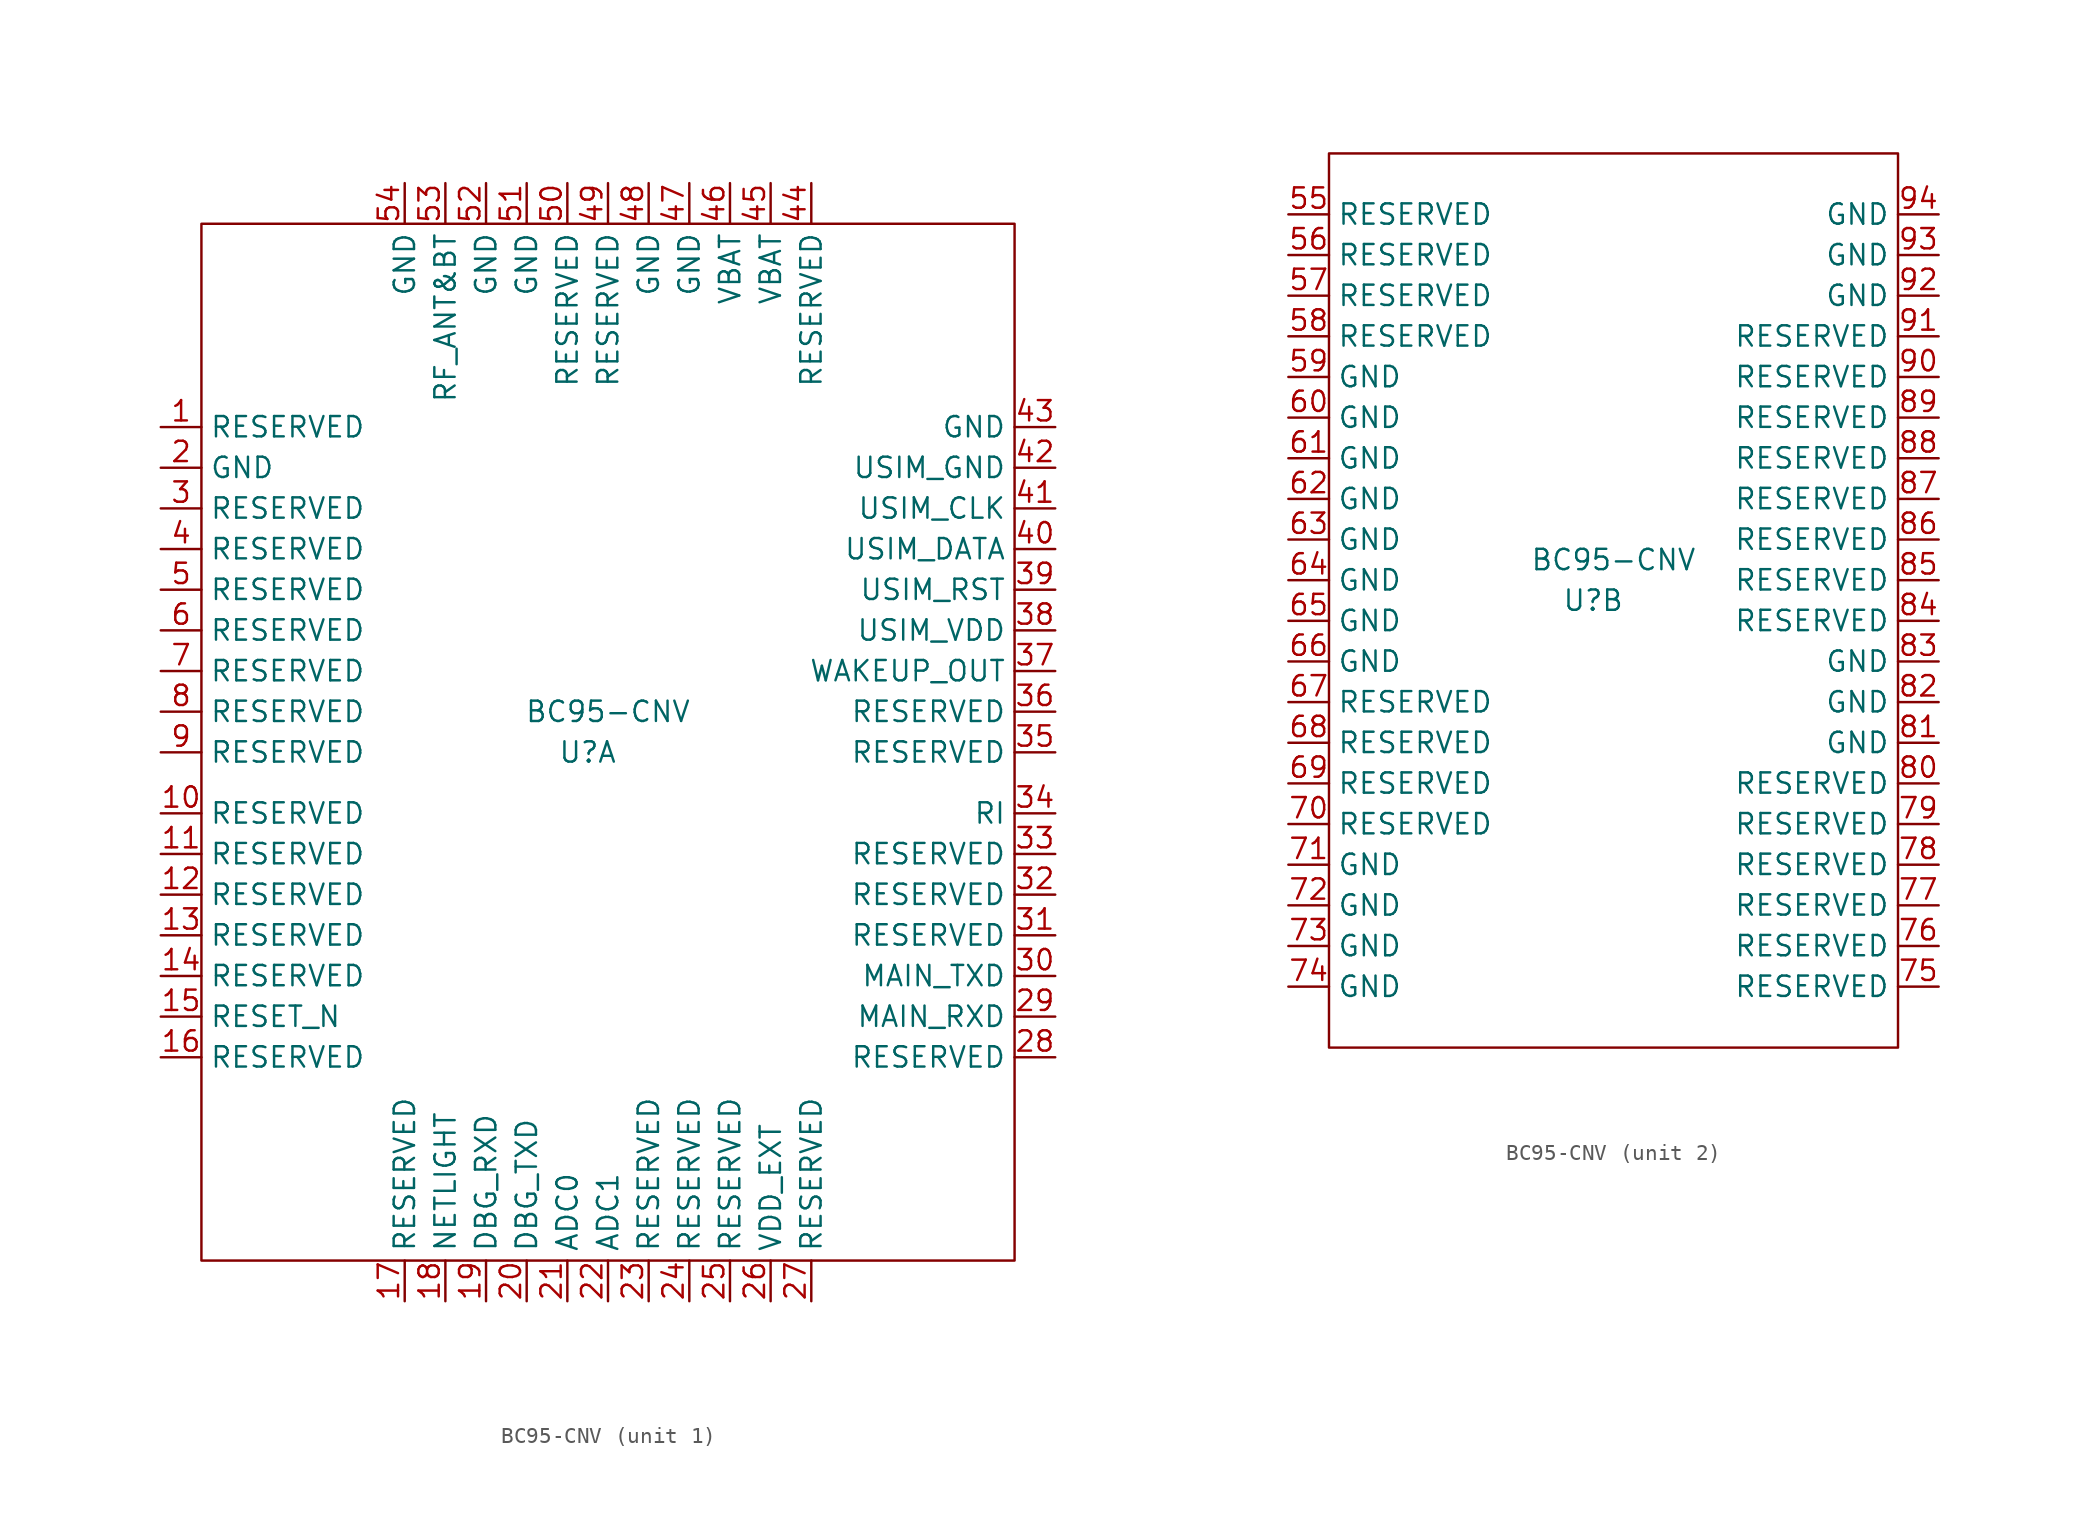
<source format=kicad_sym>
(kicad_symbol_lib
  (version 20211014)
  (generator kicad_symbol_editor)
  (symbol "BC95-CNV"
    (property "Reference" "U"
      (at -1.27 0 0)
      (effects (font (size 1.27 1.27))))
    (property "Value" "BC95-CNV"
      (at 0 2.54 0)
      (effects (font (size 1.27 1.27))))
    (property "ki_locked" ""
      (at 0 0 0)
      (effects (font (size 1.27 1.27))))
    (symbol "BC95-CNV_1_1"
      (rectangle (start -25.4 33.02) (end 25.4 -31.75) (stroke (width 0) (type default) (color 0 0 0 0)) (fill (type none)))
      (pin passive line (at -27.94 20.32 0) (length 2.54) (name "RESERVED" (effects (font (size 1.27 1.27)))) (number "1" (effects (font (size 1.27 1.27)))))
      (pin passive line (at -27.94 -3.81 0) (length 2.54) (name "RESERVED" (effects (font (size 1.27 1.27)))) (number "10" (effects (font (size 1.27 1.27)))))
      (pin passive line (at -27.94 -6.35 0) (length 2.54) (name "RESERVED" (effects (font (size 1.27 1.27)))) (number "11" (effects (font (size 1.27 1.27)))))
      (pin passive line (at -27.94 -8.89 0) (length 2.54) (name "RESERVED" (effects (font (size 1.27 1.27)))) (number "12" (effects (font (size 1.27 1.27)))))
      (pin passive line (at -27.94 -11.43 0) (length 2.54) (name "RESERVED" (effects (font (size 1.27 1.27)))) (number "13" (effects (font (size 1.27 1.27)))))
      (pin passive line (at -27.94 -13.97 0) (length 2.54) (name "RESERVED" (effects (font (size 1.27 1.27)))) (number "14" (effects (font (size 1.27 1.27)))))
      (pin input line (at -27.94 -16.51 0) (length 2.54) (name "RESET_N" (effects (font (size 1.27 1.27)))) (number "15" (effects (font (size 1.27 1.27)))))
      (pin passive line (at -27.94 -19.05 0) (length 2.54) (name "RESERVED" (effects (font (size 1.27 1.27)))) (number "16" (effects (font (size 1.27 1.27)))))
      (pin passive line (at -12.7 -34.29 90) (length 2.54) (name "RESERVED" (effects (font (size 1.27 1.27)))) (number "17" (effects (font (size 1.27 1.27)))))
      (pin output line (at -10.16 -34.29 90) (length 2.54) (name "NETLIGHT" (effects (font (size 1.27 1.27)))) (number "18" (effects (font (size 1.27 1.27)))))
      (pin input line (at -7.62 -34.29 90) (length 2.54) (name "DBG_RXD" (effects (font (size 1.27 1.27)))) (number "19" (effects (font (size 1.27 1.27)))))
      (pin power_in line (at -27.94 17.78 0) (length 2.54) (name "GND" (effects (font (size 1.27 1.27)))) (number "2" (effects (font (size 1.27 1.27)))))
      (pin output line (at -5.08 -34.29 90) (length 2.54) (name "DBG_TXD" (effects (font (size 1.27 1.27)))) (number "20" (effects (font (size 1.27 1.27)))))
      (pin input line (at -2.54 -34.29 90) (length 2.54) (name "ADC0" (effects (font (size 1.27 1.27)))) (number "21" (effects (font (size 1.27 1.27)))))
      (pin input line (at 0 -34.29 90) (length 2.54) (name "ADC1" (effects (font (size 1.27 1.27)))) (number "22" (effects (font (size 1.27 1.27)))))
      (pin passive line (at 2.54 -34.29 90) (length 2.54) (name "RESERVED" (effects (font (size 1.27 1.27)))) (number "23" (effects (font (size 1.27 1.27)))))
      (pin passive line (at 5.08 -34.29 90) (length 2.54) (name "RESERVED" (effects (font (size 1.27 1.27)))) (number "24" (effects (font (size 1.27 1.27)))))
      (pin passive line (at 7.62 -34.29 90) (length 2.54) (name "RESERVED" (effects (font (size 1.27 1.27)))) (number "25" (effects (font (size 1.27 1.27)))))
      (pin power_out line (at 10.16 -34.29 90) (length 2.54) (name "VDD_EXT" (effects (font (size 1.27 1.27)))) (number "26" (effects (font (size 1.27 1.27)))))
      (pin passive line (at 12.7 -34.29 90) (length 2.54) (name "RESERVED" (effects (font (size 1.27 1.27)))) (number "27" (effects (font (size 1.27 1.27)))))
      (pin passive line (at 27.94 -19.05 180) (length 2.54) (name "RESERVED" (effects (font (size 1.27 1.27)))) (number "28" (effects (font (size 1.27 1.27)))))
      (pin input line (at 27.94 -16.51 180) (length 2.54) (name "MAIN_RXD" (effects (font (size 1.27 1.27)))) (number "29" (effects (font (size 1.27 1.27)))))
      (pin passive line (at -27.94 15.24 0) (length 2.54) (name "RESERVED" (effects (font (size 1.27 1.27)))) (number "3" (effects (font (size 1.27 1.27)))))
      (pin output line (at 27.94 -13.97 180) (length 2.54) (name "MAIN_TXD" (effects (font (size 1.27 1.27)))) (number "30" (effects (font (size 1.27 1.27)))))
      (pin passive line (at 27.94 -11.43 180) (length 2.54) (name "RESERVED" (effects (font (size 1.27 1.27)))) (number "31" (effects (font (size 1.27 1.27)))))
      (pin passive line (at 27.94 -8.89 180) (length 2.54) (name "RESERVED" (effects (font (size 1.27 1.27)))) (number "32" (effects (font (size 1.27 1.27)))))
      (pin passive line (at 27.94 -6.35 180) (length 2.54) (name "RESERVED" (effects (font (size 1.27 1.27)))) (number "33" (effects (font (size 1.27 1.27)))))
      (pin output line (at 27.94 -3.81 180) (length 2.54) (name "RI" (effects (font (size 1.27 1.27)))) (number "34" (effects (font (size 1.27 1.27)))))
      (pin passive line (at 27.94 0 180) (length 2.54) (name "RESERVED" (effects (font (size 1.27 1.27)))) (number "35" (effects (font (size 1.27 1.27)))))
      (pin passive line (at 27.94 2.54 180) (length 2.54) (name "RESERVED" (effects (font (size 1.27 1.27)))) (number "36" (effects (font (size 1.27 1.27)))))
      (pin output line (at 27.94 5.08 180) (length 2.54) (name "WAKEUP_OUT" (effects (font (size 1.27 1.27)))) (number "37" (effects (font (size 1.27 1.27)))))
      (pin power_out line (at 27.94 7.62 180) (length 2.54) (name "USIM_VDD" (effects (font (size 1.27 1.27)))) (number "38" (effects (font (size 1.27 1.27)))))
      (pin output line (at 27.94 10.16 180) (length 2.54) (name "USIM_RST" (effects (font (size 1.27 1.27)))) (number "39" (effects (font (size 1.27 1.27)))))
      (pin passive line (at -27.94 12.7 0) (length 2.54) (name "RESERVED" (effects (font (size 1.27 1.27)))) (number "4" (effects (font (size 1.27 1.27)))))
      (pin bidirectional line (at 27.94 12.7 180) (length 2.54) (name "USIM_DATA" (effects (font (size 1.27 1.27)))) (number "40" (effects (font (size 1.27 1.27)))))
      (pin output line (at 27.94 15.24 180) (length 2.54) (name "USIM_CLK" (effects (font (size 1.27 1.27)))) (number "41" (effects (font (size 1.27 1.27)))))
      (pin output line (at 27.94 17.78 180) (length 2.54) (name "USIM_GND" (effects (font (size 1.27 1.27)))) (number "42" (effects (font (size 1.27 1.27)))))
      (pin power_in line (at 27.94 20.32 180) (length 2.54) (name "GND" (effects (font (size 1.27 1.27)))) (number "43" (effects (font (size 1.27 1.27)))))
      (pin passive line (at 12.7 35.56 270) (length 2.54) (name "RESERVED" (effects (font (size 1.27 1.27)))) (number "44" (effects (font (size 1.27 1.27)))))
      (pin power_in line (at 10.16 35.56 270) (length 2.54) (name "VBAT" (effects (font (size 1.27 1.27)))) (number "45" (effects (font (size 1.27 1.27)))))
      (pin power_in line (at 7.62 35.56 270) (length 2.54) (name "VBAT" (effects (font (size 1.27 1.27)))) (number "46" (effects (font (size 1.27 1.27)))))
      (pin power_in line (at 5.08 35.56 270) (length 2.54) (name "GND" (effects (font (size 1.27 1.27)))) (number "47" (effects (font (size 1.27 1.27)))))
      (pin power_in line (at 2.54 35.56 270) (length 2.54) (name "GND" (effects (font (size 1.27 1.27)))) (number "48" (effects (font (size 1.27 1.27)))))
      (pin passive line (at 0 35.56 270) (length 2.54) (name "RESERVED" (effects (font (size 1.27 1.27)))) (number "49" (effects (font (size 1.27 1.27)))))
      (pin passive line (at -27.94 10.16 0) (length 2.54) (name "RESERVED" (effects (font (size 1.27 1.27)))) (number "5" (effects (font (size 1.27 1.27)))))
      (pin passive line (at -2.54 35.56 270) (length 2.54) (name "RESERVED" (effects (font (size 1.27 1.27)))) (number "50" (effects (font (size 1.27 1.27)))))
      (pin power_in line (at -5.08 35.56 270) (length 2.54) (name "GND" (effects (font (size 1.27 1.27)))) (number "51" (effects (font (size 1.27 1.27)))))
      (pin power_in line (at -7.62 35.56 270) (length 2.54) (name "GND" (effects (font (size 1.27 1.27)))) (number "52" (effects (font (size 1.27 1.27)))))
      (pin bidirectional line (at -10.16 35.56 270) (length 2.54) (name "RF_ANT&BT" (effects (font (size 1.27 1.27)))) (number "53" (effects (font (size 1.27 1.27)))))
      (pin power_in line (at -12.7 35.56 270) (length 2.54) (name "GND" (effects (font (size 1.27 1.27)))) (number "54" (effects (font (size 1.27 1.27)))))
      (pin passive line (at -27.94 7.62 0) (length 2.54) (name "RESERVED" (effects (font (size 1.27 1.27)))) (number "6" (effects (font (size 1.27 1.27)))))
      (pin passive line (at -27.94 5.08 0) (length 2.54) (name "RESERVED" (effects (font (size 1.27 1.27)))) (number "7" (effects (font (size 1.27 1.27)))))
      (pin passive line (at -27.94 2.54 0) (length 2.54) (name "RESERVED" (effects (font (size 1.27 1.27)))) (number "8" (effects (font (size 1.27 1.27)))))
      (pin passive line (at -27.94 0 0) (length 2.54) (name "RESERVED" (effects (font (size 1.27 1.27)))) (number "9" (effects (font (size 1.27 1.27))))))
    (symbol "BC95-CNV_2_1"
      (rectangle (start -17.78 27.94) (end 17.78 -27.94) (stroke (width 0) (type default) (color 0 0 0 0)) (fill (type none)))
      (pin passive line (at -20.32 24.13 0) (length 2.54) (name "RESERVED" (effects (font (size 1.27 1.27)))) (number "55" (effects (font (size 1.27 1.27)))))
      (pin passive line (at -20.32 21.59 0) (length 2.54) (name "RESERVED" (effects (font (size 1.27 1.27)))) (number "56" (effects (font (size 1.27 1.27)))))
      (pin passive line (at -20.32 19.05 0) (length 2.54) (name "RESERVED" (effects (font (size 1.27 1.27)))) (number "57" (effects (font (size 1.27 1.27)))))
      (pin passive line (at -20.32 16.51 0) (length 2.54) (name "RESERVED" (effects (font (size 1.27 1.27)))) (number "58" (effects (font (size 1.27 1.27)))))
      (pin power_in line (at -20.32 13.97 0) (length 2.54) (name "GND" (effects (font (size 1.27 1.27)))) (number "59" (effects (font (size 1.27 1.27)))))
      (pin power_in line (at -20.32 11.43 0) (length 2.54) (name "GND" (effects (font (size 1.27 1.27)))) (number "60" (effects (font (size 1.27 1.27)))))
      (pin power_in line (at -20.32 8.89 0) (length 2.54) (name "GND" (effects (font (size 1.27 1.27)))) (number "61" (effects (font (size 1.27 1.27)))))
      (pin power_in line (at -20.32 6.35 0) (length 2.54) (name "GND" (effects (font (size 1.27 1.27)))) (number "62" (effects (font (size 1.27 1.27)))))
      (pin power_in line (at -20.32 3.81 0) (length 2.54) (name "GND" (effects (font (size 1.27 1.27)))) (number "63" (effects (font (size 1.27 1.27)))))
      (pin power_in line (at -20.32 1.27 0) (length 2.54) (name "GND" (effects (font (size 1.27 1.27)))) (number "64" (effects (font (size 1.27 1.27)))))
      (pin power_in line (at -20.32 -1.27 0) (length 2.54) (name "GND" (effects (font (size 1.27 1.27)))) (number "65" (effects (font (size 1.27 1.27)))))
      (pin power_in line (at -20.32 -3.81 0) (length 2.54) (name "GND" (effects (font (size 1.27 1.27)))) (number "66" (effects (font (size 1.27 1.27)))))
      (pin passive line (at -20.32 -6.35 0) (length 2.54) (name "RESERVED" (effects (font (size 1.27 1.27)))) (number "67" (effects (font (size 1.27 1.27)))))
      (pin passive line (at -20.32 -8.89 0) (length 2.54) (name "RESERVED" (effects (font (size 1.27 1.27)))) (number "68" (effects (font (size 1.27 1.27)))))
      (pin passive line (at -20.32 -11.43 0) (length 2.54) (name "RESERVED" (effects (font (size 1.27 1.27)))) (number "69" (effects (font (size 1.27 1.27)))))
      (pin passive line (at -20.32 -13.97 0) (length 2.54) (name "RESERVED" (effects (font (size 1.27 1.27)))) (number "70" (effects (font (size 1.27 1.27)))))
      (pin power_in line (at -20.32 -16.51 0) (length 2.54) (name "GND" (effects (font (size 1.27 1.27)))) (number "71" (effects (font (size 1.27 1.27)))))
      (pin power_in line (at -20.32 -19.05 0) (length 2.54) (name "GND" (effects (font (size 1.27 1.27)))) (number "72" (effects (font (size 1.27 1.27)))))
      (pin power_in line (at -20.32 -21.59 0) (length 2.54) (name "GND" (effects (font (size 1.27 1.27)))) (number "73" (effects (font (size 1.27 1.27)))))
      (pin power_in line (at -20.32 -24.13 0) (length 2.54) (name "GND" (effects (font (size 1.27 1.27)))) (number "74" (effects (font (size 1.27 1.27)))))
      (pin passive line (at 20.32 -24.13 180) (length 2.54) (name "RESERVED" (effects (font (size 1.27 1.27)))) (number "75" (effects (font (size 1.27 1.27)))))
      (pin passive line (at 20.32 -21.59 180) (length 2.54) (name "RESERVED" (effects (font (size 1.27 1.27)))) (number "76" (effects (font (size 1.27 1.27)))))
      (pin passive line (at 20.32 -19.05 180) (length 2.54) (name "RESERVED" (effects (font (size 1.27 1.27)))) (number "77" (effects (font (size 1.27 1.27)))))
      (pin passive line (at 20.32 -16.51 180) (length 2.54) (name "RESERVED" (effects (font (size 1.27 1.27)))) (number "78" (effects (font (size 1.27 1.27)))))
      (pin passive line (at 20.32 -13.97 180) (length 2.54) (name "RESERVED" (effects (font (size 1.27 1.27)))) (number "79" (effects (font (size 1.27 1.27)))))
      (pin passive line (at 20.32 -11.43 180) (length 2.54) (name "RESERVED" (effects (font (size 1.27 1.27)))) (number "80" (effects (font (size 1.27 1.27)))))
      (pin power_in line (at 20.32 -8.89 180) (length 2.54) (name "GND" (effects (font (size 1.27 1.27)))) (number "81" (effects (font (size 1.27 1.27)))))
      (pin power_in line (at 20.32 -6.35 180) (length 2.54) (name "GND" (effects (font (size 1.27 1.27)))) (number "82" (effects (font (size 1.27 1.27)))))
      (pin power_in line (at 20.32 -3.81 180) (length 2.54) (name "GND" (effects (font (size 1.27 1.27)))) (number "83" (effects (font (size 1.27 1.27)))))
      (pin passive line (at 20.32 -1.27 180) (length 2.54) (name "RESERVED" (effects (font (size 1.27 1.27)))) (number "84" (effects (font (size 1.27 1.27)))))
      (pin passive line (at 20.32 1.27 180) (length 2.54) (name "RESERVED" (effects (font (size 1.27 1.27)))) (number "85" (effects (font (size 1.27 1.27)))))
      (pin passive line (at 20.32 3.81 180) (length 2.54) (name "RESERVED" (effects (font (size 1.27 1.27)))) (number "86" (effects (font (size 1.27 1.27)))))
      (pin passive line (at 20.32 6.35 180) (length 2.54) (name "RESERVED" (effects (font (size 1.27 1.27)))) (number "87" (effects (font (size 1.27 1.27)))))
      (pin passive line (at 20.32 8.89 180) (length 2.54) (name "RESERVED" (effects (font (size 1.27 1.27)))) (number "88" (effects (font (size 1.27 1.27)))))
      (pin passive line (at 20.32 11.43 180) (length 2.54) (name "RESERVED" (effects (font (size 1.27 1.27)))) (number "89" (effects (font (size 1.27 1.27)))))
      (pin passive line (at 20.32 13.97 180) (length 2.54) (name "RESERVED" (effects (font (size 1.27 1.27)))) (number "90" (effects (font (size 1.27 1.27)))))
      (pin passive line (at 20.32 16.51 180) (length 2.54) (name "RESERVED" (effects (font (size 1.27 1.27)))) (number "91" (effects (font (size 1.27 1.27)))))
      (pin power_in line (at 20.32 19.05 180) (length 2.54) (name "GND" (effects (font (size 1.27 1.27)))) (number "92" (effects (font (size 1.27 1.27)))))
      (pin power_in line (at 20.32 21.59 180) (length 2.54) (name "GND" (effects (font (size 1.27 1.27)))) (number "93" (effects (font (size 1.27 1.27)))))
      (pin power_in line (at 20.32 24.13 180) (length 2.54) (name "GND" (effects (font (size 1.27 1.27)))) (number "94" (effects (font (size 1.27 1.27))))))))
</source>
